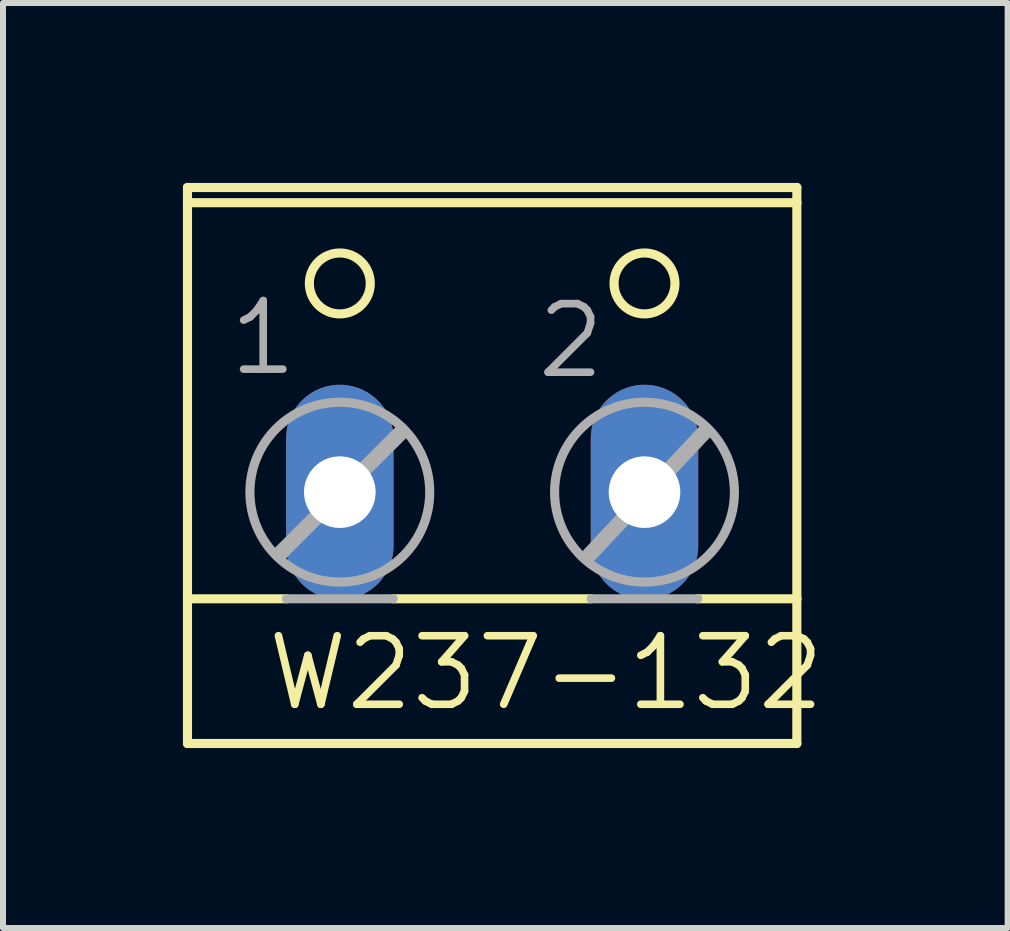
<source format=kicad_pcb>
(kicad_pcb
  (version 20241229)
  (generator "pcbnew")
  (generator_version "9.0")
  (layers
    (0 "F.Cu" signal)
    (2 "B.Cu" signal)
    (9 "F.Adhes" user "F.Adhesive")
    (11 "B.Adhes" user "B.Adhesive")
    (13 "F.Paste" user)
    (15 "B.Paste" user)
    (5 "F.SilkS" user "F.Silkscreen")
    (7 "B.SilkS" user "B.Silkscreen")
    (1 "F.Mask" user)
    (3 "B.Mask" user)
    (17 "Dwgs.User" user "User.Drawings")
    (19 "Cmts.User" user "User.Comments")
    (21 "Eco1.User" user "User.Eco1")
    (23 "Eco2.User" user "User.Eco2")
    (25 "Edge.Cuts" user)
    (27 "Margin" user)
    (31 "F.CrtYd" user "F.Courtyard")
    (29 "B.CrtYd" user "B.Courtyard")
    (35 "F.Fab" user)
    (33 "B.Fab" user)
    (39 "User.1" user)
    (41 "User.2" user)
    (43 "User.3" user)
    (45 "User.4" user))
  (footprint "W237-132"
    (layer "F.Cu")
    (at 5.156 4.521)
    (property "Reference" "W237-132" (at -3.81 4.318 0) (layer "F.SilkS") (effects (font (size 1.143 1.143) (thickness 0.127)) (justify left bottom)))
    (fp_line (start -5.08 -4.445) (end 5.08 -4.445) (stroke (width 0.152) (type solid)) (layer "F.SilkS"))
    (fp_line (start -5.08 -4.191) (end -5.08 -4.445) (stroke (width 0.152) (type solid)) (layer "F.SilkS"))
    (fp_line (start -5.08 -4.191) (end -5.08 2.413) (stroke (width 0.152) (type solid)) (layer "F.SilkS"))
    (fp_line (start -5.08 -4.191) (end 5.08 -4.191) (stroke (width 0.152) (type solid)) (layer "F.SilkS"))
    (fp_line (start -5.08 2.413) (end -5.08 4.826) (stroke (width 0.152) (type solid)) (layer "F.SilkS"))
    (fp_line (start -5.08 2.413) (end -3.429 2.413) (stroke (width 0.152) (type solid)) (layer "F.SilkS"))
    (fp_line (start -1.651 2.413) (end 1.651 2.413) (stroke (width 0.152) (type solid)) (layer "F.SilkS"))
    (fp_line (start 3.429 2.413) (end 5.08 2.413) (stroke (width 0.152) (type solid)) (layer "F.SilkS"))
    (fp_line (start 5.08 -4.191) (end 5.08 -4.445) (stroke (width 0.152) (type solid)) (layer "F.SilkS"))
    (fp_line (start 5.08 2.413) (end 5.08 -4.191) (stroke (width 0.152) (type solid)) (layer "F.SilkS"))
    (fp_line (start 5.08 4.826) (end -5.08 4.826) (stroke (width 0.152) (type solid)) (layer "F.SilkS"))
    (fp_line (start 5.08 4.826) (end 5.08 2.413) (stroke (width 0.152) (type solid)) (layer "F.SilkS"))
    (fp_circle (center -2.54 -2.845) (end -2.032 -2.845) (stroke (width 0.152) (type solid)) (fill no) (layer "F.SilkS"))
    (fp_circle (center 2.54 -2.845) (end 3.048 -2.845) (stroke (width 0.152) (type solid)) (fill no) (layer "F.SilkS"))
    (fp_line (start -3.531 1.651) (end -1.524 -0.356) (stroke (width 0.254) (type solid)) (layer "F.Fab"))
    (fp_line (start -3.429 2.413) (end -1.651 2.413) (stroke (width 0.152) (type solid)) (layer "F.Fab"))
    (fp_line (start 1.626 1.676) (end 3.531 -0.356) (stroke (width 0.254) (type solid)) (layer "F.Fab"))
    (fp_line (start 1.651 2.413) (end 3.429 2.413) (stroke (width 0.152) (type solid)) (layer "F.Fab"))
    (fp_circle (center -2.54 0.635) (end -1.041 0.635) (stroke (width 0.152) (type solid)) (fill no) (layer "F.Fab"))
    (fp_circle (center 2.54 0.635) (end 4.039 0.635) (stroke (width 0.152) (type solid)) (fill no) (layer "F.Fab"))
    (fp_text user "1" (at -4.445 -1.27 0) (layer "F.Fab") (effects (font (size 1.143 1.143) (thickness 0.127)) (justify left bottom)))
    (fp_text user "2" (at 0.686 -1.219 0) (layer "F.Fab") (effects (font (size 1.143 1.143) (thickness 0.127)) (justify left bottom)))
    (pad "1" thru_hole oval (at -2.54 0.635 90) (size 3.581 1.791) (drill 1.194) (layers "*.Cu" "*.Mask"))
    (pad "2" thru_hole oval (at 2.54 0.635 90) (size 3.581 1.791) (drill 1.194) (layers "*.Cu" "*.Mask")))
  (gr_rect
    (start -3 -3)
    (end 13.751 12.423)
    (stroke (width 0.1) (type default))
    (fill no)
    (layer "Edge.Cuts")))
</source>
